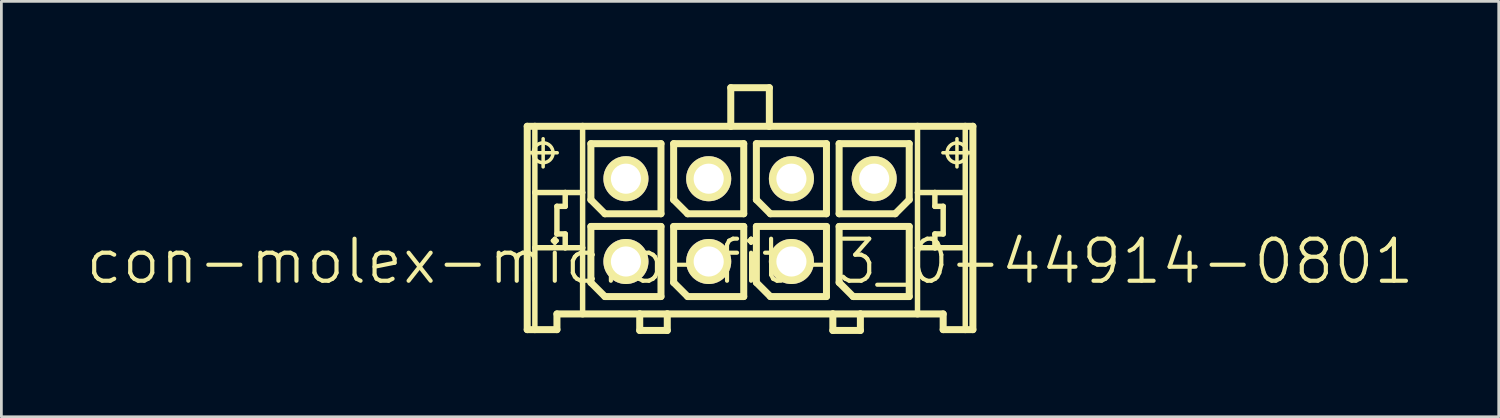
<source format=kicad_pcb>
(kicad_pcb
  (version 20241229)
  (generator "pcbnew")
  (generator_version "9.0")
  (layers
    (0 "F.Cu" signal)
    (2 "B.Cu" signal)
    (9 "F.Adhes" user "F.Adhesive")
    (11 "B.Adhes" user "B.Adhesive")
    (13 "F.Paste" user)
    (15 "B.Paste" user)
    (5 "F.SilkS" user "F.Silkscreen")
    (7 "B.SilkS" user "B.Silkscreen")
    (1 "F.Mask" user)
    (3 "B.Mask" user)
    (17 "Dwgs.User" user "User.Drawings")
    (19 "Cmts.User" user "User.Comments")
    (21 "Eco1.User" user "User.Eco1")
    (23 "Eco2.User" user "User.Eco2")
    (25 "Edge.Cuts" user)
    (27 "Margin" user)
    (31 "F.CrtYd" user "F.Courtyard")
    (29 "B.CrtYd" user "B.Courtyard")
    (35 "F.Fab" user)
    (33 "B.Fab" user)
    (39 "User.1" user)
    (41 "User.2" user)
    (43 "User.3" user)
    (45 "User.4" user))
  (footprint "con-molex-micro-fit-3_0-44914-0801"
    (layer "F.Cu")
    (at 24.13 6.426)
    (property "Reference" "con-molex-micro-fit-3_0-44914-0801" (at 0 0 0) (layer "F.SilkS") (effects (font (size 1.524 1.524) (thickness 0.15))))
    (attr exclude_from_pos_files exclude_from_bom)
    (fp_line (start -8.075 -4.9) (end -7.798 -4.9) (stroke (width 0.254) (type solid)) (layer "F.SilkS"))
    (fp_line (start -8.075 2.469) (end -8.075 -4.9) (stroke (width 0.254) (type solid)) (layer "F.SilkS"))
    (fp_line (start -8.009 -3.94) (end -6.988 -3.94) (stroke (width 0.127) (type solid)) (layer "F.SilkS"))
    (fp_line (start -7.798 -4.9) (end -6.068 -4.9) (stroke (width 0.254) (type solid)) (layer "F.SilkS"))
    (fp_line (start -7.798 -2.499) (end -7.798 -4.9) (stroke (width 0.198) (type solid)) (layer "F.SilkS"))
    (fp_line (start -7.798 -0.498) (end -7.798 -2.499) (stroke (width 0.198) (type solid)) (layer "F.SilkS"))
    (fp_line (start -7.798 2.469) (end -8.075 2.469) (stroke (width 0.254) (type solid)) (layer "F.SilkS"))
    (fp_line (start -7.798 2.469) (end -7.798 -0.498) (stroke (width 0.198) (type solid)) (layer "F.SilkS"))
    (fp_line (start -7.498 -3.429) (end -7.498 -4.448) (stroke (width 0.127) (type solid)) (layer "F.SilkS"))
    (fp_line (start -6.998 -1.999) (end -6.998 -0.998) (stroke (width 0.198) (type solid)) (layer "F.SilkS"))
    (fp_line (start -6.998 -0.998) (end -6.698 -0.998) (stroke (width 0.198) (type solid)) (layer "F.SilkS"))
    (fp_line (start -6.998 1.9) (end -6.998 2.469) (stroke (width 0.254) (type solid)) (layer "F.SilkS"))
    (fp_line (start -6.998 2.469) (end -7.798 2.469) (stroke (width 0.254) (type solid)) (layer "F.SilkS"))
    (fp_line (start -6.698 -2.499) (end -7.798 -2.499) (stroke (width 0.198) (type solid)) (layer "F.SilkS"))
    (fp_line (start -6.698 -2.499) (end -6.698 -1.999) (stroke (width 0.198) (type solid)) (layer "F.SilkS"))
    (fp_line (start -6.698 -1.999) (end -6.998 -1.999) (stroke (width 0.198) (type solid)) (layer "F.SilkS"))
    (fp_line (start -6.698 -0.998) (end -6.698 -0.498) (stroke (width 0.198) (type solid)) (layer "F.SilkS"))
    (fp_line (start -6.698 -0.498) (end -7.798 -0.498) (stroke (width 0.198) (type solid)) (layer "F.SilkS"))
    (fp_line (start -6.068 -4.9) (end -0.699 -4.9) (stroke (width 0.254) (type solid)) (layer "F.SilkS"))
    (fp_line (start -6.068 -2.499) (end -6.698 -2.499) (stroke (width 0.198) (type solid)) (layer "F.SilkS"))
    (fp_line (start -6.068 -2.499) (end -6.068 -4.9) (stroke (width 0.198) (type solid)) (layer "F.SilkS"))
    (fp_line (start -6.068 -0.498) (end -6.698 -0.498) (stroke (width 0.198) (type solid)) (layer "F.SilkS"))
    (fp_line (start -6.068 -0.498) (end -6.068 -2.499) (stroke (width 0.198) (type solid)) (layer "F.SilkS"))
    (fp_line (start -6.068 1.9) (end -6.998 1.9) (stroke (width 0.254) (type solid)) (layer "F.SilkS"))
    (fp_line (start -6.068 1.9) (end -6.068 -0.498) (stroke (width 0.198) (type solid)) (layer "F.SilkS"))
    (fp_line (start -5.768 -4.27) (end -3.228 -4.27) (stroke (width 0.254) (type solid)) (layer "F.SilkS"))
    (fp_line (start -5.768 -2.238) (end -5.768 -4.27) (stroke (width 0.254) (type solid)) (layer "F.SilkS"))
    (fp_line (start -5.768 -1.27) (end -3.228 -1.27) (stroke (width 0.254) (type solid)) (layer "F.SilkS"))
    (fp_line (start -5.768 0.762) (end -5.768 -1.27) (stroke (width 0.254) (type solid)) (layer "F.SilkS"))
    (fp_line (start -5.26 -1.73) (end -5.768 -2.238) (stroke (width 0.254) (type solid)) (layer "F.SilkS"))
    (fp_line (start -5.26 1.27) (end -5.768 0.762) (stroke (width 0.254) (type solid)) (layer "F.SilkS"))
    (fp_line (start -3.998 1.9) (end -6.068 1.9) (stroke (width 0.254) (type solid)) (layer "F.SilkS"))
    (fp_line (start -3.998 1.9) (end -3.998 2.499) (stroke (width 0.254) (type solid)) (layer "F.SilkS"))
    (fp_line (start -3.998 2.499) (end -3 2.499) (stroke (width 0.254) (type solid)) (layer "F.SilkS"))
    (fp_line (start -3.228 -4.27) (end -3.228 -1.73) (stroke (width 0.254) (type solid)) (layer "F.SilkS"))
    (fp_line (start -3.228 -1.73) (end -5.26 -1.73) (stroke (width 0.254) (type solid)) (layer "F.SilkS"))
    (fp_line (start -3.228 -1.27) (end -3.228 1.27) (stroke (width 0.254) (type solid)) (layer "F.SilkS"))
    (fp_line (start -3.228 1.27) (end -5.26 1.27) (stroke (width 0.254) (type solid)) (layer "F.SilkS"))
    (fp_line (start -3 1.9) (end -3.998 1.9) (stroke (width 0.254) (type solid)) (layer "F.SilkS"))
    (fp_line (start -3 2.499) (end -3 1.9) (stroke (width 0.254) (type solid)) (layer "F.SilkS"))
    (fp_line (start -2.769 -4.27) (end -0.229 -4.27) (stroke (width 0.254) (type solid)) (layer "F.SilkS"))
    (fp_line (start -2.769 -2.238) (end -2.769 -4.27) (stroke (width 0.254) (type solid)) (layer "F.SilkS"))
    (fp_line (start -2.769 -1.27) (end -0.229 -1.27) (stroke (width 0.254) (type solid)) (layer "F.SilkS"))
    (fp_line (start -2.769 0.762) (end -2.769 -1.27) (stroke (width 0.254) (type solid)) (layer "F.SilkS"))
    (fp_line (start -2.261 -1.73) (end -2.769 -2.238) (stroke (width 0.254) (type solid)) (layer "F.SilkS"))
    (fp_line (start -2.261 1.27) (end -2.769 0.762) (stroke (width 0.254) (type solid)) (layer "F.SilkS"))
    (fp_line (start -0.699 -6.299) (end -0.699 -4.9) (stroke (width 0.254) (type solid)) (layer "F.SilkS"))
    (fp_line (start -0.699 -6.299) (end 0.699 -6.299) (stroke (width 0.254) (type solid)) (layer "F.SilkS"))
    (fp_line (start -0.699 -4.9) (end 0.699 -4.9) (stroke (width 0.254) (type solid)) (layer "F.SilkS"))
    (fp_line (start -0.229 -4.27) (end -0.229 -1.73) (stroke (width 0.254) (type solid)) (layer "F.SilkS"))
    (fp_line (start -0.229 -1.73) (end -2.261 -1.73) (stroke (width 0.254) (type solid)) (layer "F.SilkS"))
    (fp_line (start -0.229 -1.27) (end -0.229 1.27) (stroke (width 0.254) (type solid)) (layer "F.SilkS"))
    (fp_line (start -0.229 1.27) (end -2.261 1.27) (stroke (width 0.254) (type solid)) (layer "F.SilkS"))
    (fp_line (start 0.229 -4.27) (end 2.769 -4.27) (stroke (width 0.254) (type solid)) (layer "F.SilkS"))
    (fp_line (start 0.229 -2.238) (end 0.229 -4.27) (stroke (width 0.254) (type solid)) (layer "F.SilkS"))
    (fp_line (start 0.229 -1.27) (end 2.769 -1.27) (stroke (width 0.254) (type solid)) (layer "F.SilkS"))
    (fp_line (start 0.229 0.762) (end 0.229 -1.27) (stroke (width 0.254) (type solid)) (layer "F.SilkS"))
    (fp_line (start 0.699 -6.299) (end 0.699 -4.9) (stroke (width 0.254) (type solid)) (layer "F.SilkS"))
    (fp_line (start 0.699 -4.9) (end 6.068 -4.9) (stroke (width 0.254) (type solid)) (layer "F.SilkS"))
    (fp_line (start 0.737 -1.73) (end 0.229 -2.238) (stroke (width 0.254) (type solid)) (layer "F.SilkS"))
    (fp_line (start 0.737 1.27) (end 0.229 0.762) (stroke (width 0.254) (type solid)) (layer "F.SilkS"))
    (fp_line (start 2.769 -4.27) (end 2.769 -1.73) (stroke (width 0.254) (type solid)) (layer "F.SilkS"))
    (fp_line (start 2.769 -1.73) (end 0.737 -1.73) (stroke (width 0.254) (type solid)) (layer "F.SilkS"))
    (fp_line (start 2.769 -1.27) (end 2.769 1.27) (stroke (width 0.254) (type solid)) (layer "F.SilkS"))
    (fp_line (start 2.769 1.27) (end 0.737 1.27) (stroke (width 0.254) (type solid)) (layer "F.SilkS"))
    (fp_line (start 3 1.9) (end -3 1.9) (stroke (width 0.254) (type solid)) (layer "F.SilkS"))
    (fp_line (start 3 1.9) (end 3 2.499) (stroke (width 0.254) (type solid)) (layer "F.SilkS"))
    (fp_line (start 3 2.499) (end 3.998 2.499) (stroke (width 0.254) (type solid)) (layer "F.SilkS"))
    (fp_line (start 3.228 -4.27) (end 3.228 -1.73) (stroke (width 0.254) (type solid)) (layer "F.SilkS"))
    (fp_line (start 3.228 -1.73) (end 5.26 -1.73) (stroke (width 0.254) (type solid)) (layer "F.SilkS"))
    (fp_line (start 3.228 -1.27) (end 5.768 -1.27) (stroke (width 0.254) (type solid)) (layer "F.SilkS"))
    (fp_line (start 3.228 0.762) (end 3.228 -1.27) (stroke (width 0.254) (type solid)) (layer "F.SilkS"))
    (fp_line (start 3.736 1.27) (end 3.228 0.762) (stroke (width 0.254) (type solid)) (layer "F.SilkS"))
    (fp_line (start 3.998 1.9) (end 3 1.9) (stroke (width 0.254) (type solid)) (layer "F.SilkS"))
    (fp_line (start 3.998 2.499) (end 3.998 1.9) (stroke (width 0.254) (type solid)) (layer "F.SilkS"))
    (fp_line (start 5.26 -1.73) (end 5.768 -2.238) (stroke (width 0.254) (type solid)) (layer "F.SilkS"))
    (fp_line (start 5.768 -4.27) (end 3.228 -4.27) (stroke (width 0.254) (type solid)) (layer "F.SilkS"))
    (fp_line (start 5.768 -2.238) (end 5.768 -4.27) (stroke (width 0.254) (type solid)) (layer "F.SilkS"))
    (fp_line (start 5.768 -1.27) (end 5.768 1.27) (stroke (width 0.254) (type solid)) (layer "F.SilkS"))
    (fp_line (start 5.768 1.27) (end 3.736 1.27) (stroke (width 0.254) (type solid)) (layer "F.SilkS"))
    (fp_line (start 6.068 -4.9) (end 6.068 -2.499) (stroke (width 0.198) (type solid)) (layer "F.SilkS"))
    (fp_line (start 6.068 -4.9) (end 7.798 -4.9) (stroke (width 0.254) (type solid)) (layer "F.SilkS"))
    (fp_line (start 6.068 -2.499) (end 6.068 -0.498) (stroke (width 0.198) (type solid)) (layer "F.SilkS"))
    (fp_line (start 6.068 -2.499) (end 6.698 -2.499) (stroke (width 0.198) (type solid)) (layer "F.SilkS"))
    (fp_line (start 6.068 -0.498) (end 6.068 1.9) (stroke (width 0.198) (type solid)) (layer "F.SilkS"))
    (fp_line (start 6.068 -0.498) (end 6.698 -0.498) (stroke (width 0.198) (type solid)) (layer "F.SilkS"))
    (fp_line (start 6.068 1.9) (end 3.998 1.9) (stroke (width 0.254) (type solid)) (layer "F.SilkS"))
    (fp_line (start 6.698 -2.499) (end 6.698 -1.999) (stroke (width 0.198) (type solid)) (layer "F.SilkS"))
    (fp_line (start 6.698 -2.499) (end 7.798 -2.499) (stroke (width 0.198) (type solid)) (layer "F.SilkS"))
    (fp_line (start 6.698 -1.999) (end 6.998 -1.999) (stroke (width 0.198) (type solid)) (layer "F.SilkS"))
    (fp_line (start 6.698 -0.998) (end 6.698 -0.498) (stroke (width 0.198) (type solid)) (layer "F.SilkS"))
    (fp_line (start 6.698 -0.498) (end 7.798 -0.498) (stroke (width 0.198) (type solid)) (layer "F.SilkS"))
    (fp_line (start 6.988 -3.94) (end 8.009 -3.94) (stroke (width 0.127) (type solid)) (layer "F.SilkS"))
    (fp_line (start 6.998 -1.999) (end 6.998 -0.998) (stroke (width 0.198) (type solid)) (layer "F.SilkS"))
    (fp_line (start 6.998 -0.998) (end 6.698 -0.998) (stroke (width 0.198) (type solid)) (layer "F.SilkS"))
    (fp_line (start 6.998 1.9) (end 6.068 1.9) (stroke (width 0.254) (type solid)) (layer "F.SilkS"))
    (fp_line (start 6.998 2.469) (end 6.998 1.9) (stroke (width 0.254) (type solid)) (layer "F.SilkS"))
    (fp_line (start 6.998 2.469) (end 7.798 2.469) (stroke (width 0.254) (type solid)) (layer "F.SilkS"))
    (fp_line (start 7.498 -3.429) (end 7.498 -4.448) (stroke (width 0.127) (type solid)) (layer "F.SilkS"))
    (fp_line (start 7.798 -4.9) (end 8.075 -4.9) (stroke (width 0.254) (type solid)) (layer "F.SilkS"))
    (fp_line (start 7.798 -2.499) (end 7.798 -4.9) (stroke (width 0.198) (type solid)) (layer "F.SilkS"))
    (fp_line (start 7.798 -0.498) (end 7.798 -2.499) (stroke (width 0.198) (type solid)) (layer "F.SilkS"))
    (fp_line (start 7.798 2.469) (end 7.798 -0.498) (stroke (width 0.198) (type solid)) (layer "F.SilkS"))
    (fp_line (start 7.798 2.469) (end 8.075 2.469) (stroke (width 0.254) (type solid)) (layer "F.SilkS"))
    (fp_line (start 8.075 -4.9) (end 8.075 2.469) (stroke (width 0.254) (type solid)) (layer "F.SilkS"))
    (fp_circle (center -7.498 -3.94) (end -7.752 -4.194) (stroke (width 0.127) (type solid)) (fill no) (layer "F.SilkS"))
    (fp_circle (center 7.498 -3.94) (end 7.752 -4.194) (stroke (width 0.127) (type solid)) (fill no) (layer "F.SilkS"))
    (pad "P$1" thru_hole rect (at 4.498 0) (size 0.001 0.001) (drill 1.09) (layers "*.Cu" "F.Mask" "F.SilkS" "F.Paste"))
    (pad "P$2" thru_hole circle (at 1.499 0) (size 1.633 1.633) (drill 1.09) (layers "*.Cu" "F.Mask" "F.SilkS" "F.Paste"))
    (pad "P$3" thru_hole circle (at -1.499 0) (size 1.633 1.633) (drill 1.09) (layers "*.Cu" "F.Mask" "F.SilkS" "F.Paste"))
    (pad "P$4" thru_hole circle (at -4.498 0) (size 1.633 1.633) (drill 1.09) (layers "*.Cu" "F.Mask" "F.SilkS" "F.Paste"))
    (pad "P$5" thru_hole circle (at 4.498 -3) (size 1.633 1.633) (drill 1.09) (layers "*.Cu" "F.Mask" "F.SilkS" "F.Paste"))
    (pad "P$6" thru_hole circle (at 1.499 -3) (size 1.633 1.633) (drill 1.09) (layers "*.Cu" "F.Mask" "F.SilkS" "F.Paste"))
    (pad "P$7" thru_hole circle (at -1.499 -3) (size 1.633 1.633) (drill 1.09) (layers "*.Cu" "F.Mask" "F.SilkS" "F.Paste"))
    (pad "P$8" thru_hole circle (at -4.498 -3) (size 1.633 1.633) (drill 1.09) (layers "*.Cu" "F.Mask" "F.SilkS" "F.Paste")))
  (gr_rect
    (start -3 -3)
    (end 51.26 12.053)
    (stroke (width 0.1) (type default))
    (fill no)
    (layer "Edge.Cuts")))
</source>
